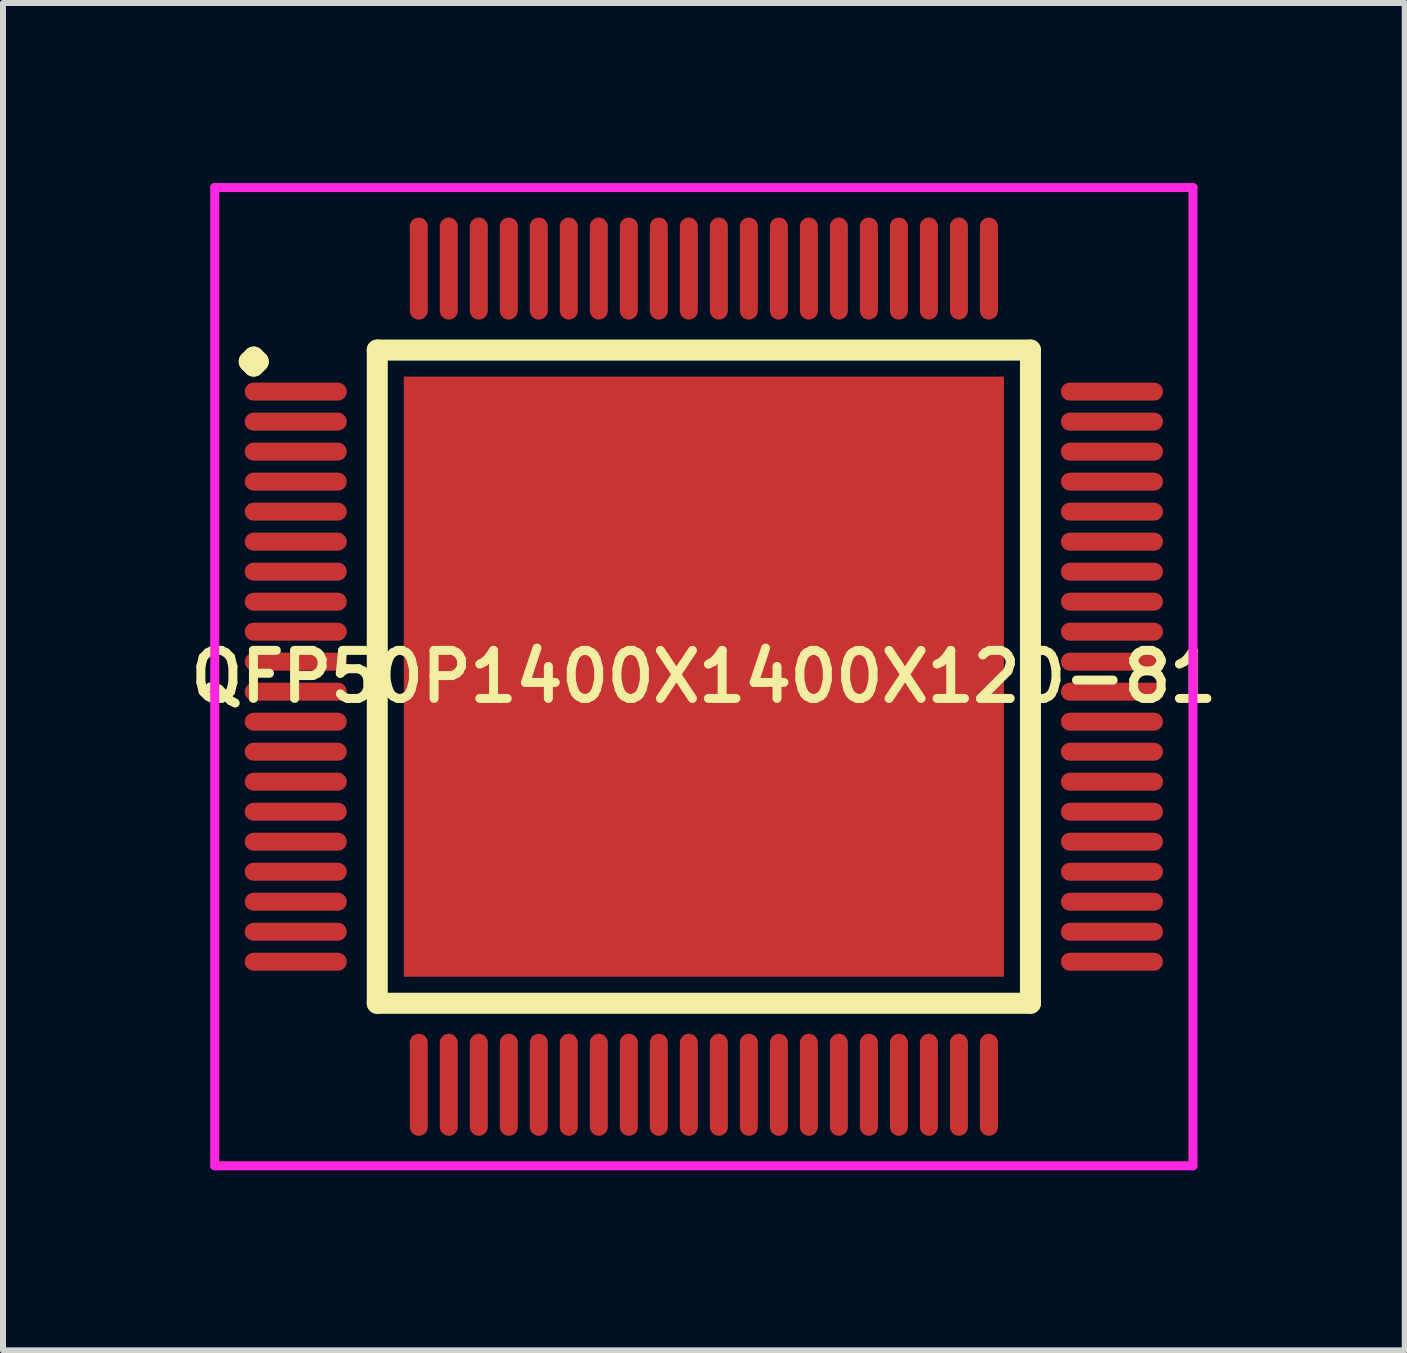
<source format=kicad_pcb>
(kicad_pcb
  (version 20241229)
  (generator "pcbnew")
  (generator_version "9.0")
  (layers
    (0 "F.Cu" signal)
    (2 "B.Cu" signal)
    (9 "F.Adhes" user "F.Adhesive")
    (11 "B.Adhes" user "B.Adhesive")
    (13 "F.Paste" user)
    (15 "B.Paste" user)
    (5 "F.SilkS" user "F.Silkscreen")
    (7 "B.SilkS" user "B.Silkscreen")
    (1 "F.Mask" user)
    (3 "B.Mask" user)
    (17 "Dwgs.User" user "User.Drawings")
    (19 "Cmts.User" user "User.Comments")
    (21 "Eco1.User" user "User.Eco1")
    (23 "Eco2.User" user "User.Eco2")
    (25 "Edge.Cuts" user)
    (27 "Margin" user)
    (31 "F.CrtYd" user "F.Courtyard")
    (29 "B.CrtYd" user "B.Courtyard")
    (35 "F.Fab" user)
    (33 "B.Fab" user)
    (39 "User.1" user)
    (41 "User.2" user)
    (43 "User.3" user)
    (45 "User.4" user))
  (footprint "QFP50P1400X1400X120-81"
    (layer "F.Cu")
    (at 8.678 8.225)
    (property "Reference" "QFP50P1400X1400X120-81" (at 0 0 0) (layer "F.SilkS") (effects (font (size 0.8 0.8) (thickness 0.15))))
    (attr smd)
    (fp_line (start -7.575 -5.25) (end -7.5 -5.325) (stroke (width 0.35) (type solid)) (layer "F.SilkS"))
    (fp_line (start -7.5 -5.325) (end -7.425 -5.25) (stroke (width 0.35) (type solid)) (layer "F.SilkS"))
    (fp_line (start -7.5 -5.175) (end -7.575 -5.25) (stroke (width 0.35) (type solid)) (layer "F.SilkS"))
    (fp_line (start -7.425 -5.25) (end -7.5 -5.175) (stroke (width 0.35) (type solid)) (layer "F.SilkS"))
    (fp_line (start -5.442 -5.442) (end -5.442 5.442) (stroke (width 0.35) (type solid)) (layer "F.SilkS"))
    (fp_line (start -5.442 5.442) (end 5.442 5.442) (stroke (width 0.35) (type solid)) (layer "F.SilkS"))
    (fp_line (start 5.442 -5.442) (end -5.442 -5.442) (stroke (width 0.35) (type solid)) (layer "F.SilkS"))
    (fp_line (start 5.442 5.442) (end 5.442 -5.442) (stroke (width 0.35) (type solid)) (layer "F.SilkS"))
    (fp_line (start -8.15 -8.15) (end 8.15 -8.15) (stroke (width 0.15) (type solid)) (layer "F.CrtYd"))
    (fp_line (start -8.15 8.15) (end -8.15 -8.15) (stroke (width 0.15) (type solid)) (layer "F.CrtYd"))
    (fp_line (start 8.15 -8.15) (end 8.15 8.15) (stroke (width 0.15) (type solid)) (layer "F.CrtYd"))
    (fp_line (start 8.15 8.15) (end -8.15 8.15) (stroke (width 0.15) (type solid)) (layer "F.CrtYd"))
    (pad "1" smd oval (at -6.8 -4.75) (size 1.7 0.3) (layers "F.Cu" "F.Mask" "F.Paste"))
    (pad "2" smd oval (at -6.8 -4.25) (size 1.7 0.3) (layers "F.Cu" "F.Mask" "F.Paste"))
    (pad "3" smd oval (at -6.8 -3.75) (size 1.7 0.3) (layers "F.Cu" "F.Mask" "F.Paste"))
    (pad "4" smd oval (at -6.8 -3.25) (size 1.7 0.3) (layers "F.Cu" "F.Mask" "F.Paste"))
    (pad "5" smd oval (at -6.8 -2.75) (size 1.7 0.3) (layers "F.Cu" "F.Mask" "F.Paste"))
    (pad "6" smd oval (at -6.8 -2.25) (size 1.7 0.3) (layers "F.Cu" "F.Mask" "F.Paste"))
    (pad "7" smd oval (at -6.8 -1.75) (size 1.7 0.3) (layers "F.Cu" "F.Mask" "F.Paste"))
    (pad "8" smd oval (at -6.8 -1.25) (size 1.7 0.3) (layers "F.Cu" "F.Mask" "F.Paste"))
    (pad "9" smd oval (at -6.8 -0.75) (size 1.7 0.3) (layers "F.Cu" "F.Mask" "F.Paste"))
    (pad "10" smd oval (at -6.8 -0.25) (size 1.7 0.3) (layers "F.Cu" "F.Mask" "F.Paste"))
    (pad "11" smd oval (at -6.8 0.25) (size 1.7 0.3) (layers "F.Cu" "F.Mask" "F.Paste"))
    (pad "12" smd oval (at -6.8 0.75) (size 1.7 0.3) (layers "F.Cu" "F.Mask" "F.Paste"))
    (pad "13" smd oval (at -6.8 1.25) (size 1.7 0.3) (layers "F.Cu" "F.Mask" "F.Paste"))
    (pad "14" smd oval (at -6.8 1.75) (size 1.7 0.3) (layers "F.Cu" "F.Mask" "F.Paste"))
    (pad "15" smd oval (at -6.8 2.25) (size 1.7 0.3) (layers "F.Cu" "F.Mask" "F.Paste"))
    (pad "16" smd oval (at -6.8 2.75) (size 1.7 0.3) (layers "F.Cu" "F.Mask" "F.Paste"))
    (pad "17" smd oval (at -6.8 3.25) (size 1.7 0.3) (layers "F.Cu" "F.Mask" "F.Paste"))
    (pad "18" smd oval (at -6.8 3.75) (size 1.7 0.3) (layers "F.Cu" "F.Mask" "F.Paste"))
    (pad "19" smd oval (at -6.8 4.25) (size 1.7 0.3) (layers "F.Cu" "F.Mask" "F.Paste"))
    (pad "20" smd oval (at -6.8 4.75) (size 1.7 0.3) (layers "F.Cu" "F.Mask" "F.Paste"))
    (pad "21" smd oval (at -4.75 6.8) (size 0.3 1.7) (layers "F.Cu" "F.Mask" "F.Paste"))
    (pad "22" smd oval (at -4.25 6.8) (size 0.3 1.7) (layers "F.Cu" "F.Mask" "F.Paste"))
    (pad "23" smd oval (at -3.75 6.8) (size 0.3 1.7) (layers "F.Cu" "F.Mask" "F.Paste"))
    (pad "24" smd oval (at -3.25 6.8) (size 0.3 1.7) (layers "F.Cu" "F.Mask" "F.Paste"))
    (pad "25" smd oval (at -2.75 6.8) (size 0.3 1.7) (layers "F.Cu" "F.Mask" "F.Paste"))
    (pad "26" smd oval (at -2.25 6.8) (size 0.3 1.7) (layers "F.Cu" "F.Mask" "F.Paste"))
    (pad "27" smd oval (at -1.75 6.8) (size 0.3 1.7) (layers "F.Cu" "F.Mask" "F.Paste"))
    (pad "28" smd oval (at -1.25 6.8) (size 0.3 1.7) (layers "F.Cu" "F.Mask" "F.Paste"))
    (pad "29" smd oval (at -0.75 6.8) (size 0.3 1.7) (layers "F.Cu" "F.Mask" "F.Paste"))
    (pad "30" smd oval (at -0.25 6.8) (size 0.3 1.7) (layers "F.Cu" "F.Mask" "F.Paste"))
    (pad "31" smd oval (at 0.25 6.8) (size 0.3 1.7) (layers "F.Cu" "F.Mask" "F.Paste"))
    (pad "32" smd oval (at 0.75 6.8) (size 0.3 1.7) (layers "F.Cu" "F.Mask" "F.Paste"))
    (pad "33" smd oval (at 1.25 6.8) (size 0.3 1.7) (layers "F.Cu" "F.Mask" "F.Paste"))
    (pad "34" smd oval (at 1.75 6.8) (size 0.3 1.7) (layers "F.Cu" "F.Mask" "F.Paste"))
    (pad "35" smd oval (at 2.25 6.8) (size 0.3 1.7) (layers "F.Cu" "F.Mask" "F.Paste"))
    (pad "36" smd oval (at 2.75 6.8) (size 0.3 1.7) (layers "F.Cu" "F.Mask" "F.Paste"))
    (pad "37" smd oval (at 3.25 6.8) (size 0.3 1.7) (layers "F.Cu" "F.Mask" "F.Paste"))
    (pad "38" smd oval (at 3.75 6.8) (size 0.3 1.7) (layers "F.Cu" "F.Mask" "F.Paste"))
    (pad "39" smd oval (at 4.25 6.8) (size 0.3 1.7) (layers "F.Cu" "F.Mask" "F.Paste"))
    (pad "40" smd oval (at 4.75 6.8) (size 0.3 1.7) (layers "F.Cu" "F.Mask" "F.Paste"))
    (pad "41" smd oval (at 6.8 4.75) (size 1.7 0.3) (layers "F.Cu" "F.Mask" "F.Paste"))
    (pad "42" smd oval (at 6.8 4.25) (size 1.7 0.3) (layers "F.Cu" "F.Mask" "F.Paste"))
    (pad "43" smd oval (at 6.8 3.75) (size 1.7 0.3) (layers "F.Cu" "F.Mask" "F.Paste"))
    (pad "44" smd oval (at 6.8 3.25) (size 1.7 0.3) (layers "F.Cu" "F.Mask" "F.Paste"))
    (pad "45" smd oval (at 6.8 2.75) (size 1.7 0.3) (layers "F.Cu" "F.Mask" "F.Paste"))
    (pad "46" smd oval (at 6.8 2.25) (size 1.7 0.3) (layers "F.Cu" "F.Mask" "F.Paste"))
    (pad "47" smd oval (at 6.8 1.75) (size 1.7 0.3) (layers "F.Cu" "F.Mask" "F.Paste"))
    (pad "48" smd oval (at 6.8 1.25) (size 1.7 0.3) (layers "F.Cu" "F.Mask" "F.Paste"))
    (pad "49" smd oval (at 6.8 0.75) (size 1.7 0.3) (layers "F.Cu" "F.Mask" "F.Paste"))
    (pad "50" smd oval (at 6.8 0.25) (size 1.7 0.3) (layers "F.Cu" "F.Mask" "F.Paste"))
    (pad "51" smd oval (at 6.8 -0.25) (size 1.7 0.3) (layers "F.Cu" "F.Mask" "F.Paste"))
    (pad "52" smd oval (at 6.8 -0.75) (size 1.7 0.3) (layers "F.Cu" "F.Mask" "F.Paste"))
    (pad "53" smd oval (at 6.8 -1.25) (size 1.7 0.3) (layers "F.Cu" "F.Mask" "F.Paste"))
    (pad "54" smd oval (at 6.8 -1.75) (size 1.7 0.3) (layers "F.Cu" "F.Mask" "F.Paste"))
    (pad "55" smd oval (at 6.8 -2.25) (size 1.7 0.3) (layers "F.Cu" "F.Mask" "F.Paste"))
    (pad "56" smd oval (at 6.8 -2.75) (size 1.7 0.3) (layers "F.Cu" "F.Mask" "F.Paste"))
    (pad "57" smd oval (at 6.8 -3.25) (size 1.7 0.3) (layers "F.Cu" "F.Mask" "F.Paste"))
    (pad "58" smd oval (at 6.8 -3.75) (size 1.7 0.3) (layers "F.Cu" "F.Mask" "F.Paste"))
    (pad "59" smd oval (at 6.8 -4.25) (size 1.7 0.3) (layers "F.Cu" "F.Mask" "F.Paste"))
    (pad "60" smd oval (at 6.8 -4.75) (size 1.7 0.3) (layers "F.Cu" "F.Mask" "F.Paste"))
    (pad "61" smd oval (at 4.75 -6.8) (size 0.3 1.7) (layers "F.Cu" "F.Mask" "F.Paste"))
    (pad "62" smd oval (at 4.25 -6.8) (size 0.3 1.7) (layers "F.Cu" "F.Mask" "F.Paste"))
    (pad "63" smd oval (at 3.75 -6.8) (size 0.3 1.7) (layers "F.Cu" "F.Mask" "F.Paste"))
    (pad "64" smd oval (at 3.25 -6.8) (size 0.3 1.7) (layers "F.Cu" "F.Mask" "F.Paste"))
    (pad "65" smd oval (at 2.75 -6.8) (size 0.3 1.7) (layers "F.Cu" "F.Mask" "F.Paste"))
    (pad "66" smd oval (at 2.25 -6.8) (size 0.3 1.7) (layers "F.Cu" "F.Mask" "F.Paste"))
    (pad "67" smd oval (at 1.75 -6.8) (size 0.3 1.7) (layers "F.Cu" "F.Mask" "F.Paste"))
    (pad "68" smd oval (at 1.25 -6.8) (size 0.3 1.7) (layers "F.Cu" "F.Mask" "F.Paste"))
    (pad "69" smd oval (at 0.75 -6.8) (size 0.3 1.7) (layers "F.Cu" "F.Mask" "F.Paste"))
    (pad "70" smd oval (at 0.25 -6.8) (size 0.3 1.7) (layers "F.Cu" "F.Mask" "F.Paste"))
    (pad "71" smd oval (at -0.25 -6.8) (size 0.3 1.7) (layers "F.Cu" "F.Mask" "F.Paste"))
    (pad "72" smd oval (at -0.75 -6.8) (size 0.3 1.7) (layers "F.Cu" "F.Mask" "F.Paste"))
    (pad "73" smd oval (at -1.25 -6.8) (size 0.3 1.7) (layers "F.Cu" "F.Mask" "F.Paste"))
    (pad "74" smd oval (at -1.75 -6.8) (size 0.3 1.7) (layers "F.Cu" "F.Mask" "F.Paste"))
    (pad "75" smd oval (at -2.25 -6.8) (size 0.3 1.7) (layers "F.Cu" "F.Mask" "F.Paste"))
    (pad "76" smd oval (at -2.75 -6.8) (size 0.3 1.7) (layers "F.Cu" "F.Mask" "F.Paste"))
    (pad "77" smd oval (at -3.25 -6.8) (size 0.3 1.7) (layers "F.Cu" "F.Mask" "F.Paste"))
    (pad "78" smd oval (at -3.75 -6.8) (size 0.3 1.7) (layers "F.Cu" "F.Mask" "F.Paste"))
    (pad "79" smd oval (at -4.25 -6.8) (size 0.3 1.7) (layers "F.Cu" "F.Mask" "F.Paste"))
    (pad "80" smd oval (at -4.75 -6.8) (size 0.3 1.7) (layers "F.Cu" "F.Mask" "F.Paste"))
    (pad "81" smd rect (at 0 0) (size 10 10) (layers "F.Cu" "F.Mask" "F.Paste")))
  (gr_rect
    (start -3 -3)
    (end 20.357 19.45)
    (stroke (width 0.1) (type default))
    (fill no)
    (layer "Edge.Cuts")))
</source>
